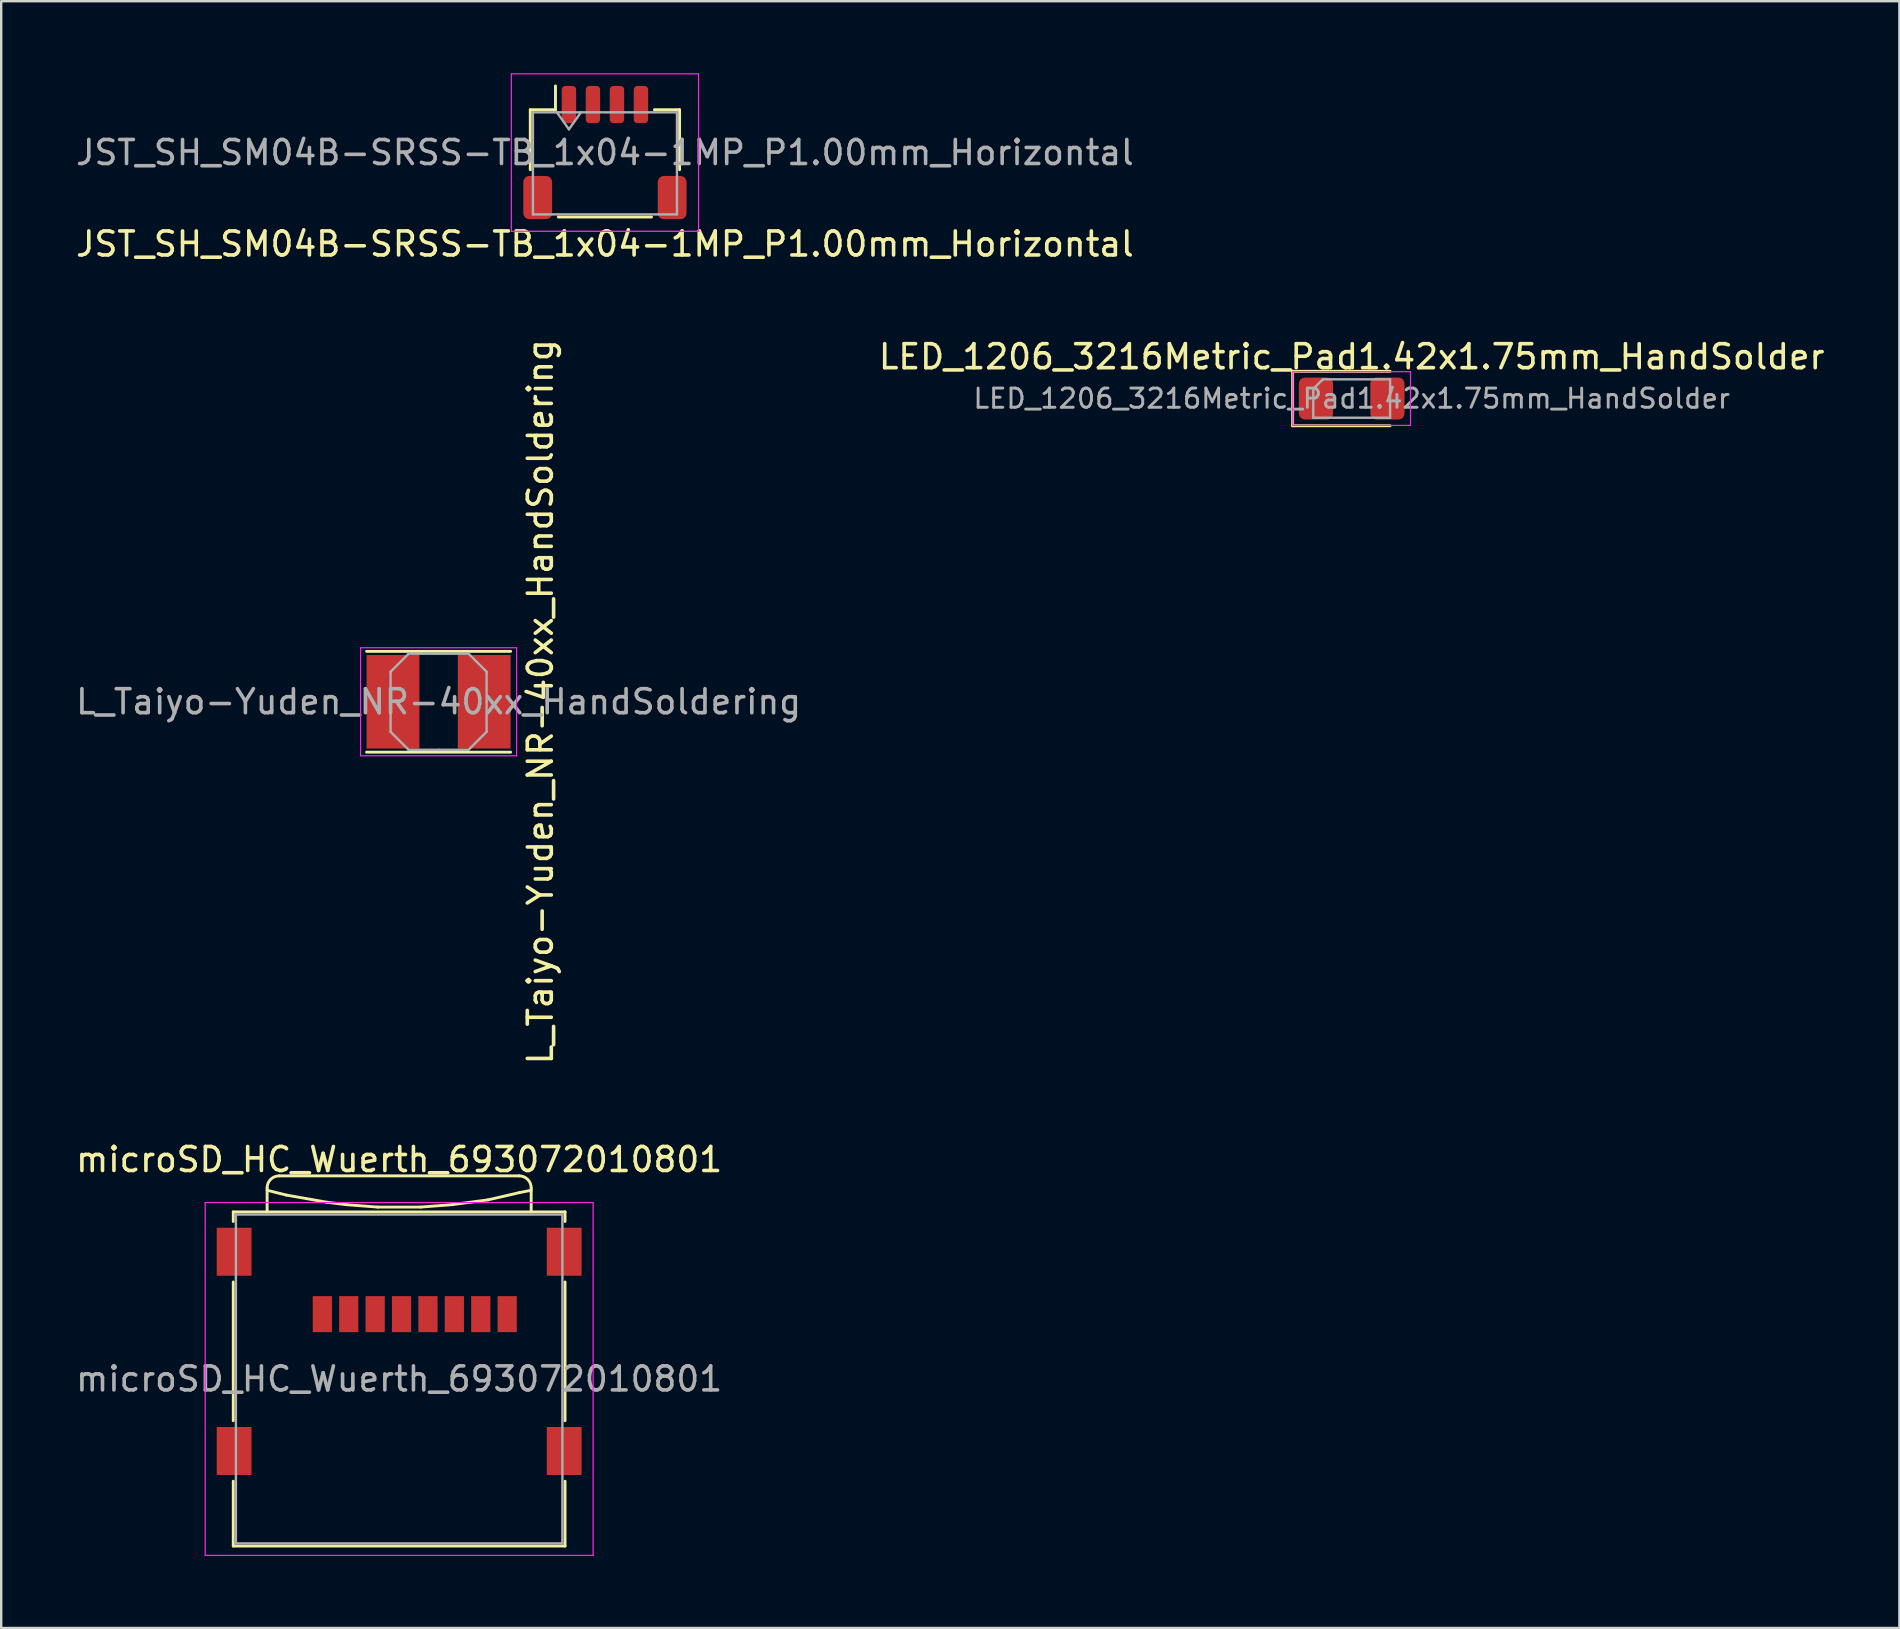
<source format=kicad_pcb>
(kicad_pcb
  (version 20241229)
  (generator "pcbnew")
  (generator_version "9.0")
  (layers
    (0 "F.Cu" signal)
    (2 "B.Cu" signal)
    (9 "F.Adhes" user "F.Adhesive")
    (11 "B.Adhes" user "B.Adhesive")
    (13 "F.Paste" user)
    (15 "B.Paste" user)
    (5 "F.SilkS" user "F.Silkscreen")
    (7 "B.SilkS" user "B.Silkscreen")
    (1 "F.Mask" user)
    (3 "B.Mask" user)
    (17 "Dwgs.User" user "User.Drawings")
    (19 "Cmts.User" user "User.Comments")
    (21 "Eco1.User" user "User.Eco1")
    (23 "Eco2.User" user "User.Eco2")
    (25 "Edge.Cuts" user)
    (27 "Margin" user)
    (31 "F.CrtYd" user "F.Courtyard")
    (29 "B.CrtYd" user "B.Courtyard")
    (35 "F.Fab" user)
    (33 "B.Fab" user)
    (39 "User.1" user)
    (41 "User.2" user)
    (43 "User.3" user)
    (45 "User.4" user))
  (footprint "LED_1206_3216Metric_Pad1.42x1.75mm_HandSolder"
    (layer "F.Cu")
    (at 53.256 13.551)
    (property "Reference" "LED_1206_3216Metric_Pad1.42x1.75mm_HandSolder" (at 0 -1.74 0) (layer "F.SilkS") (effects (font (size 1 1) (thickness 0.15))))
    (attr smd)
    (fp_line (start -2.46 -1.135) (end -2.46 1.135) (stroke (width 0.12) (type solid)) (layer "F.SilkS"))
    (fp_line (start -2.46 1.135) (end 1.6 1.135) (stroke (width 0.12) (type solid)) (layer "F.SilkS"))
    (fp_line (start 1.6 -1.135) (end -2.46 -1.135) (stroke (width 0.12) (type solid)) (layer "F.SilkS"))
    (fp_line (start -2.45 -1.12) (end 2.45 -1.12) (stroke (width 0.05) (type solid)) (layer "F.CrtYd"))
    (fp_line (start -2.45 1.12) (end -2.45 -1.12) (stroke (width 0.05) (type solid)) (layer "F.CrtYd"))
    (fp_line (start 2.45 -1.12) (end 2.45 1.12) (stroke (width 0.05) (type solid)) (layer "F.CrtYd"))
    (fp_line (start 2.45 1.12) (end -2.45 1.12) (stroke (width 0.05) (type solid)) (layer "F.CrtYd"))
    (fp_line (start -1.6 -0.4) (end -1.6 0.8) (stroke (width 0.1) (type solid)) (layer "F.Fab"))
    (fp_line (start -1.6 0.8) (end 1.6 0.8) (stroke (width 0.1) (type solid)) (layer "F.Fab"))
    (fp_line (start -1.2 -0.8) (end -1.6 -0.4) (stroke (width 0.1) (type solid)) (layer "F.Fab"))
    (fp_line (start 1.6 -0.8) (end -1.2 -0.8) (stroke (width 0.1) (type solid)) (layer "F.Fab"))
    (fp_line (start 1.6 0.8) (end 1.6 -0.8) (stroke (width 0.1) (type solid)) (layer "F.Fab"))
    (fp_text user "${REFERENCE}" (at 0 0 0) (layer "F.Fab") (effects (font (size 0.8 0.8) (thickness 0.12))))
    (pad "1" smd roundrect (at -1.488 0 180) (size 1.425 1.75) (layers "F.Cu" "F.Mask" "F.Paste") (roundrect_rratio 0.175))
    (pad "2" smd roundrect (at 1.488 0 180) (size 1.425 1.75) (layers "F.Cu" "F.Mask" "F.Paste") (roundrect_rratio 0.175)))
  (footprint "L_Taiyo-Yuden_NR-40xx_HandSoldering"
    (layer "F.Cu")
    (at 15.22 26.183)
    (property "Reference" "L_Taiyo-Yuden_NR-40xx_HandSoldering" (at 4.24 0 90) (layer "F.SilkS") (effects (font (size 1 1) (thickness 0.15))))
    (attr smd)
    (fp_line (start -3 -2.1) (end 3 -2.1) (stroke (width 0.12) (type solid)) (layer "F.SilkS"))
    (fp_line (start -3 2.1) (end 3 2.1) (stroke (width 0.12) (type solid)) (layer "F.SilkS"))
    (fp_line (start -3.25 -2.25) (end -3.25 2.25) (stroke (width 0.05) (type solid)) (layer "F.CrtYd"))
    (fp_line (start -3.25 2.25) (end 3.25 2.25) (stroke (width 0.05) (type solid)) (layer "F.CrtYd"))
    (fp_line (start 3.25 -2.25) (end -3.25 -2.25) (stroke (width 0.05) (type solid)) (layer "F.CrtYd"))
    (fp_line (start 3.25 2.25) (end 3.25 -2.25) (stroke (width 0.05) (type solid)) (layer "F.CrtYd"))
    (fp_line (start -2 -1.25) (end -1.25 -2) (stroke (width 0.1) (type solid)) (layer "F.Fab"))
    (fp_line (start -2 0) (end -2 -1.25) (stroke (width 0.1) (type solid)) (layer "F.Fab"))
    (fp_line (start -2 0) (end -2 1.25) (stroke (width 0.1) (type solid)) (layer "F.Fab"))
    (fp_line (start -2 1.25) (end -1.25 2) (stroke (width 0.1) (type solid)) (layer "F.Fab"))
    (fp_line (start -1.25 -2) (end 0 -2) (stroke (width 0.1) (type solid)) (layer "F.Fab"))
    (fp_line (start -1.25 2) (end 0 2) (stroke (width 0.1) (type solid)) (layer "F.Fab"))
    (fp_line (start 1.25 -2) (end 0 -2) (stroke (width 0.1) (type solid)) (layer "F.Fab"))
    (fp_line (start 1.25 2) (end 0 2) (stroke (width 0.1) (type solid)) (layer "F.Fab"))
    (fp_line (start 2 -1.25) (end 1.25 -2) (stroke (width 0.1) (type solid)) (layer "F.Fab"))
    (fp_line (start 2 0) (end 2 -1.25) (stroke (width 0.1) (type solid)) (layer "F.Fab"))
    (fp_line (start 2 0) (end 2 1.25) (stroke (width 0.1) (type solid)) (layer "F.Fab"))
    (fp_line (start 2 1.25) (end 1.25 2) (stroke (width 0.1) (type solid)) (layer "F.Fab"))
    (fp_text user "${REFERENCE}" (at 0 0 180) (layer "F.Fab") (effects (font (size 1 1) (thickness 0.15))))
    (pad "1" smd rect (at -1.9 0) (size 2.2 3.9) (layers "F.Cu" "F.Mask" "F.Paste"))
    (pad "2" smd rect (at 1.9 0) (size 2.2 3.9) (layers "F.Cu" "F.Mask" "F.Paste")))
  (footprint "microSD_HC_Wuerth_693072010801"
    (layer "F.Cu")
    (at 13.577 53.242)
    (property "Reference" "microSD_HC_Wuerth_693072010801" (at 0 -7.99 0) (layer "F.SilkS") (effects (font (size 1 1) (thickness 0.15))))
    (attr smd)
    (fp_line (start -6.91 -5.81) (end -6.91 -5.41) (stroke (width 0.12) (type solid)) (layer "F.SilkS"))
    (fp_line (start -6.91 -5.81) (end 6.91 -5.81) (stroke (width 0.12) (type solid)) (layer "F.SilkS"))
    (fp_line (start -6.91 -2.89) (end -6.91 2.89) (stroke (width 0.12) (type solid)) (layer "F.SilkS"))
    (fp_line (start -6.91 5.41) (end -6.91 8.11) (stroke (width 0.12) (type solid)) (layer "F.SilkS"))
    (fp_line (start -5.5 -6.71) (end -4.7 -6.51) (stroke (width 0.12) (type solid)) (layer "F.SilkS"))
    (fp_line (start -5.5 -5.81) (end -5.5 -6.81) (stroke (width 0.12) (type solid)) (layer "F.SilkS"))
    (fp_line (start -5 -7.31) (end 5 -7.31) (stroke (width 0.12) (type solid)) (layer "F.SilkS"))
    (fp_line (start -4.7 -6.51) (end -3 -6.21) (stroke (width 0.12) (type solid)) (layer "F.SilkS"))
    (fp_line (start -3 -6.21) (end -2.2 -6.11) (stroke (width 0.12) (type solid)) (layer "F.SilkS"))
    (fp_line (start -2.2 -6.11) (end -0.9 -6.01) (stroke (width 0.12) (type solid)) (layer "F.SilkS"))
    (fp_line (start -0.9 -6.01) (end 0.9 -6.01) (stroke (width 0.12) (type solid)) (layer "F.SilkS"))
    (fp_line (start 0.9 -6.01) (end 2.2 -6.11) (stroke (width 0.12) (type solid)) (layer "F.SilkS"))
    (fp_line (start 2.2 -6.11) (end 3.7 -6.31) (stroke (width 0.12) (type solid)) (layer "F.SilkS"))
    (fp_line (start 3.7 -6.31) (end 5 -6.61) (stroke (width 0.12) (type solid)) (layer "F.SilkS"))
    (fp_line (start 5 -6.61) (end 5.5 -6.71) (stroke (width 0.12) (type solid)) (layer "F.SilkS"))
    (fp_line (start 5.5 -5.81) (end 5.5 -6.81) (stroke (width 0.12) (type solid)) (layer "F.SilkS"))
    (fp_line (start 6.91 -5.81) (end 6.91 -5.41) (stroke (width 0.12) (type solid)) (layer "F.SilkS"))
    (fp_line (start 6.91 -2.89) (end 6.91 2.89) (stroke (width 0.12) (type solid)) (layer "F.SilkS"))
    (fp_line (start 6.91 5.41) (end 6.91 8.11) (stroke (width 0.12) (type solid)) (layer "F.SilkS"))
    (fp_line (start 6.91 8.11) (end -6.91 8.11) (stroke (width 0.12) (type solid)) (layer "F.SilkS"))
    (fp_arc (start -5.5 -6.81) (mid -5.353553 -7.163553) (end -5 -7.31) (stroke (width 0.12) (type solid)) (layer "F.SilkS"))
    (fp_arc (start 5 -7.31) (mid 5.353553 -7.163553) (end 5.5 -6.81) (stroke (width 0.12) (type solid)) (layer "F.SilkS"))
    (fp_line (start -8.08 -6.2) (end -8.08 8.5) (stroke (width 0.05) (type solid)) (layer "F.CrtYd"))
    (fp_line (start 8.08 -6.2) (end -8.08 -6.2) (stroke (width 0.05) (type solid)) (layer "F.CrtYd"))
    (fp_line (start 8.08 -6.2) (end 8.08 8.5) (stroke (width 0.05) (type solid)) (layer "F.CrtYd"))
    (fp_line (start 8.08 8.5) (end -8.08 8.5) (stroke (width 0.05) (type solid)) (layer "F.CrtYd"))
    (fp_line (start -6.8 -5.7) (end -6.8 8) (stroke (width 0.1) (type solid)) (layer "F.Fab"))
    (fp_line (start -6.8 8) (end 6.8 8) (stroke (width 0.1) (type solid)) (layer "F.Fab"))
    (fp_line (start 6.8 -5.7) (end -6.8 -5.7) (stroke (width 0.1) (type solid)) (layer "F.Fab"))
    (fp_line (start 6.8 8) (end 6.8 -5.7) (stroke (width 0.1) (type solid)) (layer "F.Fab"))
    (fp_text user "${REFERENCE}" (at 0 1.15 0) (layer "F.Fab") (effects (font (size 1 1) (thickness 0.15))))
    (pad "1" smd rect (at -3.2 -1.55) (size 0.8 1.5) (layers "F.Cu" "F.Mask" "F.Paste"))
    (pad "2" smd rect (at -2.1 -1.55) (size 0.8 1.5) (layers "F.Cu" "F.Mask" "F.Paste"))
    (pad "3" smd rect (at -1 -1.55) (size 0.8 1.5) (layers "F.Cu" "F.Mask" "F.Paste"))
    (pad "4" smd rect (at 0.1 -1.55) (size 0.8 1.5) (layers "F.Cu" "F.Mask" "F.Paste"))
    (pad "5" smd rect (at 1.2 -1.55) (size 0.8 1.5) (layers "F.Cu" "F.Mask" "F.Paste"))
    (pad "6" smd rect (at 2.3 -1.55) (size 0.8 1.5) (layers "F.Cu" "F.Mask" "F.Paste"))
    (pad "7" smd rect (at 3.4 -1.55) (size 0.8 1.5) (layers "F.Cu" "F.Mask" "F.Paste"))
    (pad "8" smd rect (at 4.5 -1.55) (size 0.8 1.5) (layers "F.Cu" "F.Mask" "F.Paste"))
    (pad "9" smd rect (at -6.875 -4.15) (size 1.45 2) (layers "F.Cu" "F.Mask" "F.Paste"))
    (pad "9" smd rect (at -6.875 4.15) (size 1.45 2) (layers "F.Cu" "F.Mask" "F.Paste"))
    (pad "9" smd rect (at 6.875 -4.15) (size 1.45 2) (layers "F.Cu" "F.Mask" "F.Paste"))
    (pad "9" smd rect (at 6.875 4.15) (size 1.45 2) (layers "F.Cu" "F.Mask" "F.Paste")))
  (footprint "JST_SH_SM04B-SRSS-TB_1x04-1MP_P1.00mm_Horizontal"
    (layer "F.Cu")
    (at 22.149 3.305)
    (property "Reference" "JST_SH_SM04B-SRSS-TB_1x04-1MP_P1.00mm_Horizontal" (at 0 3.81 0) (layer "F.SilkS") (effects (font (size 1 1) (thickness 0.15))))
    (attr smd)
    (fp_line (start -3.11 -1.785) (end -2.06 -1.785) (stroke (width 0.12) (type solid)) (layer "F.SilkS"))
    (fp_line (start -3.11 0.715) (end -3.11 -1.785) (stroke (width 0.12) (type solid)) (layer "F.SilkS"))
    (fp_line (start -2.06 -1.785) (end -2.06 -2.775) (stroke (width 0.12) (type solid)) (layer "F.SilkS"))
    (fp_line (start -1.94 2.685) (end 1.94 2.685) (stroke (width 0.12) (type solid)) (layer "F.SilkS"))
    (fp_line (start 3.11 -1.785) (end 2.06 -1.785) (stroke (width 0.12) (type solid)) (layer "F.SilkS"))
    (fp_line (start 3.11 0.715) (end 3.11 -1.785) (stroke (width 0.12) (type solid)) (layer "F.SilkS"))
    (fp_line (start -3.9 -3.28) (end -3.9 3.28) (stroke (width 0.05) (type solid)) (layer "F.CrtYd"))
    (fp_line (start -3.9 3.28) (end 3.9 3.28) (stroke (width 0.05) (type solid)) (layer "F.CrtYd"))
    (fp_line (start 3.9 -3.28) (end -3.9 -3.28) (stroke (width 0.05) (type solid)) (layer "F.CrtYd"))
    (fp_line (start 3.9 3.28) (end 3.9 -3.28) (stroke (width 0.05) (type solid)) (layer "F.CrtYd"))
    (fp_line (start -3 -1.675) (end -3 2.575) (stroke (width 0.1) (type solid)) (layer "F.Fab"))
    (fp_line (start -3 -1.675) (end 3 -1.675) (stroke (width 0.1) (type solid)) (layer "F.Fab"))
    (fp_line (start -3 2.575) (end 3 2.575) (stroke (width 0.1) (type solid)) (layer "F.Fab"))
    (fp_line (start -2 -1.675) (end -1.5 -0.968) (stroke (width 0.1) (type solid)) (layer "F.Fab"))
    (fp_line (start -1.5 -0.968) (end -1 -1.675) (stroke (width 0.1) (type solid)) (layer "F.Fab"))
    (fp_line (start 3 -1.675) (end 3 2.575) (stroke (width 0.1) (type solid)) (layer "F.Fab"))
    (fp_text user "${REFERENCE}" (at 0 0 0) (layer "F.Fab") (effects (font (size 1 1) (thickness 0.15))))
    (pad "1" smd roundrect (at -1.5 -2) (size 0.6 1.55) (layers "F.Cu" "F.Mask" "F.Paste") (roundrect_rratio 0.25))
    (pad "2" smd roundrect (at -0.5 -2) (size 0.6 1.55) (layers "F.Cu" "F.Mask" "F.Paste") (roundrect_rratio 0.25))
    (pad "3" smd roundrect (at 0.5 -2) (size 0.6 1.55) (layers "F.Cu" "F.Mask" "F.Paste") (roundrect_rratio 0.25))
    (pad "4" smd roundrect (at 1.5 -2) (size 0.6 1.55) (layers "F.Cu" "F.Mask" "F.Paste") (roundrect_rratio 0.25))
    (pad "MP" smd roundrect (at -2.8 1.875) (size 1.2 1.8) (layers "F.Cu" "F.Mask" "F.Paste") (roundrect_rratio 0.208))
    (pad "MP" smd roundrect (at 2.8 1.875) (size 1.2 1.8) (layers "F.Cu" "F.Mask" "F.Paste") (roundrect_rratio 0.208)))
  (gr_rect
    (start -3 -3)
    (end 76.071 64.767)
    (stroke (width 0.1) (type default))
    (fill no)
    (layer "Edge.Cuts")))
</source>
